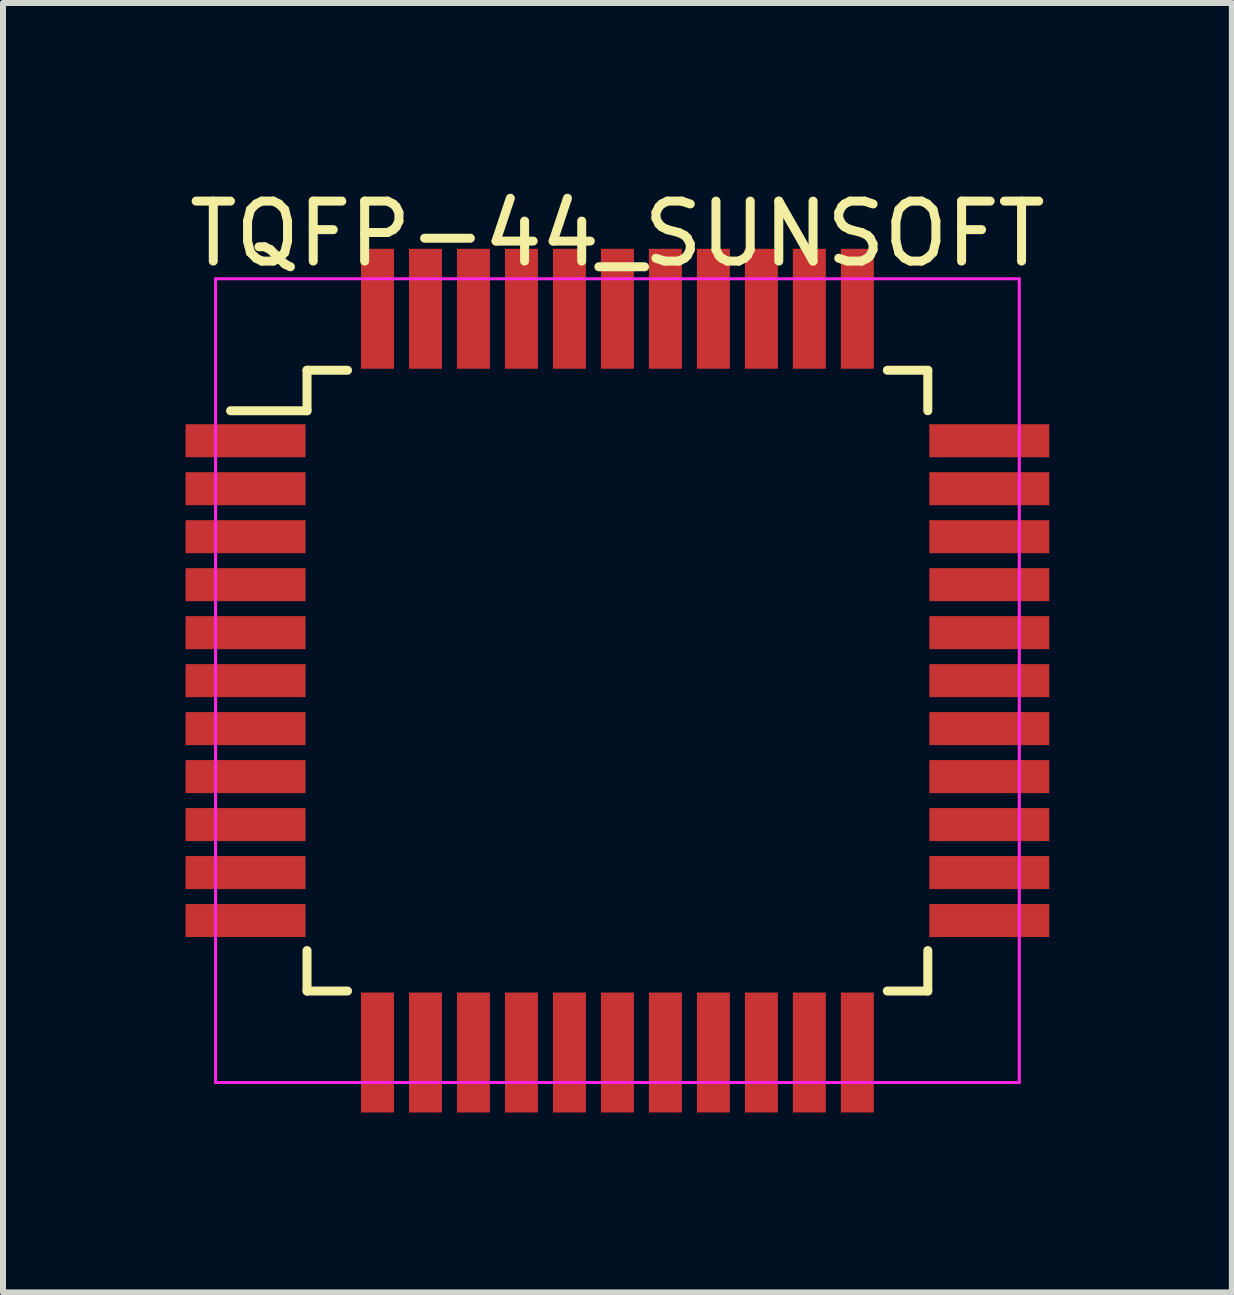
<source format=kicad_pcb>
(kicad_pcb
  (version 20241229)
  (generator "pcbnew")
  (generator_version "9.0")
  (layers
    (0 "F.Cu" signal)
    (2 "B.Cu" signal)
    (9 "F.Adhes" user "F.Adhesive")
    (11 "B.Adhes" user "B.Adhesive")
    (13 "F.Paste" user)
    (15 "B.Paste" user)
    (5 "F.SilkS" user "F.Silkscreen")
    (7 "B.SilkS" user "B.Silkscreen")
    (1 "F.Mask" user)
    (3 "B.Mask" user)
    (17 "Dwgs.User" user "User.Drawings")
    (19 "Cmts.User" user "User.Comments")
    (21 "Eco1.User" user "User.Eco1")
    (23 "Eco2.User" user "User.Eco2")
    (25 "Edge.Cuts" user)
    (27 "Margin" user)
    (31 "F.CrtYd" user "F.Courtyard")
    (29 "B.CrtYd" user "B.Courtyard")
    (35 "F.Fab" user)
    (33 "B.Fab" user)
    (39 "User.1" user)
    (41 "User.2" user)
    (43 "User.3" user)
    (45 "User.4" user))
  (footprint "TQFP-44_SUNSOFT"
    (layer "F.Cu")
    (at 7.244 8.298)
    (property "Reference" "TQFP-44_SUNSOFT" (at 0 -7.45 0) (layer "F.SilkS") (effects (font (size 1 1) (thickness 0.15))))
    (attr smd)
    (fp_line (start -5.175 -5.175) (end -5.175 -4.5) (stroke (width 0.15) (type solid)) (layer "F.SilkS"))
    (fp_line (start -5.175 -5.175) (end -4.5 -5.175) (stroke (width 0.15) (type solid)) (layer "F.SilkS"))
    (fp_line (start -5.175 -4.5) (end -6.45 -4.5) (stroke (width 0.15) (type solid)) (layer "F.SilkS"))
    (fp_line (start -5.175 5.175) (end -5.175 4.5) (stroke (width 0.15) (type solid)) (layer "F.SilkS"))
    (fp_line (start -5.175 5.175) (end -4.5 5.175) (stroke (width 0.15) (type solid)) (layer "F.SilkS"))
    (fp_line (start 5.175 -5.175) (end 4.5 -5.175) (stroke (width 0.15) (type solid)) (layer "F.SilkS"))
    (fp_line (start 5.175 -5.175) (end 5.175 -4.5) (stroke (width 0.15) (type solid)) (layer "F.SilkS"))
    (fp_line (start 5.175 5.175) (end 4.5 5.175) (stroke (width 0.15) (type solid)) (layer "F.SilkS"))
    (fp_line (start 5.175 5.175) (end 5.175 4.5) (stroke (width 0.15) (type solid)) (layer "F.SilkS"))
    (fp_line (start -6.7 -6.7) (end -6.7 6.7) (stroke (width 0.05) (type solid)) (layer "F.CrtYd"))
    (fp_line (start -6.7 -6.7) (end 6.7 -6.7) (stroke (width 0.05) (type solid)) (layer "F.CrtYd"))
    (fp_line (start -6.7 6.7) (end 6.7 6.7) (stroke (width 0.05) (type solid)) (layer "F.CrtYd"))
    (fp_line (start 6.7 -6.7) (end 6.7 6.7) (stroke (width 0.05) (type solid)) (layer "F.CrtYd"))
    (pad "1" smd rect (at -6.2 -4) (size 2 0.55) (layers "F.Cu" "F.Mask" "F.Paste"))
    (pad "2" smd rect (at -6.2 -3.2) (size 2 0.55) (layers "F.Cu" "F.Mask" "F.Paste"))
    (pad "3" smd rect (at -6.2 -2.4) (size 2 0.55) (layers "F.Cu" "F.Mask" "F.Paste"))
    (pad "4" smd rect (at -6.2 -1.6) (size 2 0.55) (layers "F.Cu" "F.Mask" "F.Paste"))
    (pad "5" smd rect (at -6.2 -0.8) (size 2 0.55) (layers "F.Cu" "F.Mask" "F.Paste"))
    (pad "6" smd rect (at -6.2 0) (size 2 0.55) (layers "F.Cu" "F.Mask" "F.Paste"))
    (pad "7" smd rect (at -6.2 0.8) (size 2 0.55) (layers "F.Cu" "F.Mask" "F.Paste"))
    (pad "8" smd rect (at -6.2 1.6) (size 2 0.55) (layers "F.Cu" "F.Mask" "F.Paste"))
    (pad "9" smd rect (at -6.2 2.4) (size 2 0.55) (layers "F.Cu" "F.Mask" "F.Paste"))
    (pad "10" smd rect (at -6.2 3.2) (size 2 0.55) (layers "F.Cu" "F.Mask" "F.Paste"))
    (pad "11" smd rect (at -6.2 4) (size 2 0.55) (layers "F.Cu" "F.Mask" "F.Paste"))
    (pad "12" smd rect (at -4 6.2 90) (size 2 0.55) (layers "F.Cu" "F.Mask" "F.Paste"))
    (pad "13" smd rect (at -3.2 6.2 90) (size 2 0.55) (layers "F.Cu" "F.Mask" "F.Paste"))
    (pad "14" smd rect (at -2.4 6.2 90) (size 2 0.55) (layers "F.Cu" "F.Mask" "F.Paste"))
    (pad "15" smd rect (at -1.6 6.2 90) (size 2 0.55) (layers "F.Cu" "F.Mask" "F.Paste"))
    (pad "16" smd rect (at -0.8 6.2 90) (size 2 0.55) (layers "F.Cu" "F.Mask" "F.Paste"))
    (pad "17" smd rect (at 0 6.2 90) (size 2 0.55) (layers "F.Cu" "F.Mask" "F.Paste"))
    (pad "18" smd rect (at 0.8 6.2 90) (size 2 0.55) (layers "F.Cu" "F.Mask" "F.Paste"))
    (pad "19" smd rect (at 1.6 6.2 90) (size 2 0.55) (layers "F.Cu" "F.Mask" "F.Paste"))
    (pad "20" smd rect (at 2.4 6.2 90) (size 2 0.55) (layers "F.Cu" "F.Mask" "F.Paste"))
    (pad "21" smd rect (at 3.2 6.2 90) (size 2 0.55) (layers "F.Cu" "F.Mask" "F.Paste"))
    (pad "22" smd rect (at 4 6.2 90) (size 2 0.55) (layers "F.Cu" "F.Mask" "F.Paste"))
    (pad "23" smd rect (at 6.2 4) (size 2 0.55) (layers "F.Cu" "F.Mask" "F.Paste"))
    (pad "24" smd rect (at 6.2 3.2) (size 2 0.55) (layers "F.Cu" "F.Mask" "F.Paste"))
    (pad "25" smd rect (at 6.2 2.4) (size 2 0.55) (layers "F.Cu" "F.Mask" "F.Paste"))
    (pad "26" smd rect (at 6.2 1.6) (size 2 0.55) (layers "F.Cu" "F.Mask" "F.Paste"))
    (pad "27" smd rect (at 6.2 0.8) (size 2 0.55) (layers "F.Cu" "F.Mask" "F.Paste"))
    (pad "28" smd rect (at 6.2 0) (size 2 0.55) (layers "F.Cu" "F.Mask" "F.Paste"))
    (pad "29" smd rect (at 6.2 -0.8) (size 2 0.55) (layers "F.Cu" "F.Mask" "F.Paste"))
    (pad "30" smd rect (at 6.2 -1.6) (size 2 0.55) (layers "F.Cu" "F.Mask" "F.Paste"))
    (pad "31" smd rect (at 6.2 -2.4) (size 2 0.55) (layers "F.Cu" "F.Mask" "F.Paste"))
    (pad "32" smd rect (at 6.2 -3.2) (size 2 0.55) (layers "F.Cu" "F.Mask" "F.Paste"))
    (pad "33" smd rect (at 6.2 -4) (size 2 0.55) (layers "F.Cu" "F.Mask" "F.Paste"))
    (pad "34" smd rect (at 4 -6.2 90) (size 2 0.55) (layers "F.Cu" "F.Mask" "F.Paste"))
    (pad "35" smd rect (at 3.2 -6.2 90) (size 2 0.55) (layers "F.Cu" "F.Mask" "F.Paste"))
    (pad "36" smd rect (at 2.4 -6.2 90) (size 2 0.55) (layers "F.Cu" "F.Mask" "F.Paste"))
    (pad "37" smd rect (at 1.6 -6.2 90) (size 2 0.55) (layers "F.Cu" "F.Mask" "F.Paste"))
    (pad "38" smd rect (at 0.8 -6.2 90) (size 2 0.55) (layers "F.Cu" "F.Mask" "F.Paste"))
    (pad "39" smd rect (at 0 -6.2 90) (size 2 0.55) (layers "F.Cu" "F.Mask" "F.Paste"))
    (pad "40" smd rect (at -0.8 -6.2 90) (size 2 0.55) (layers "F.Cu" "F.Mask" "F.Paste"))
    (pad "41" smd rect (at -1.6 -6.2 90) (size 2 0.55) (layers "F.Cu" "F.Mask" "F.Paste"))
    (pad "42" smd rect (at -2.4 -6.2 90) (size 2 0.55) (layers "F.Cu" "F.Mask" "F.Paste"))
    (pad "43" smd rect (at -3.2 -6.2 90) (size 2 0.55) (layers "F.Cu" "F.Mask" "F.Paste"))
    (pad "44" smd rect (at -4 -6.2 90) (size 2 0.55) (layers "F.Cu" "F.Mask" "F.Paste")))
  (gr_rect
    (start -3 -3)
    (end 17.488 18.498)
    (stroke (width 0.1) (type default))
    (fill no)
    (layer "Edge.Cuts")))
</source>
